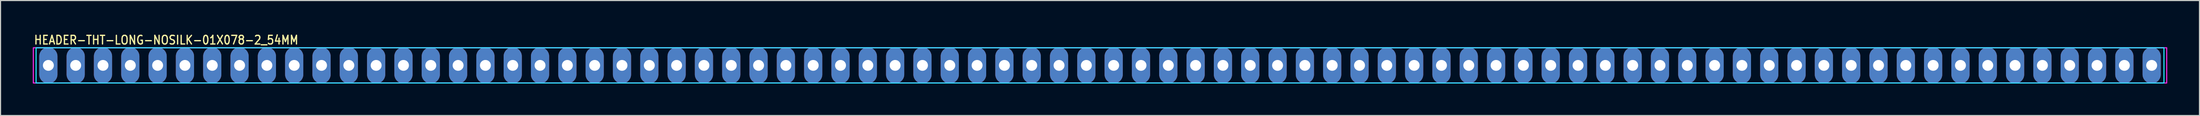
<source format=kicad_pcb>
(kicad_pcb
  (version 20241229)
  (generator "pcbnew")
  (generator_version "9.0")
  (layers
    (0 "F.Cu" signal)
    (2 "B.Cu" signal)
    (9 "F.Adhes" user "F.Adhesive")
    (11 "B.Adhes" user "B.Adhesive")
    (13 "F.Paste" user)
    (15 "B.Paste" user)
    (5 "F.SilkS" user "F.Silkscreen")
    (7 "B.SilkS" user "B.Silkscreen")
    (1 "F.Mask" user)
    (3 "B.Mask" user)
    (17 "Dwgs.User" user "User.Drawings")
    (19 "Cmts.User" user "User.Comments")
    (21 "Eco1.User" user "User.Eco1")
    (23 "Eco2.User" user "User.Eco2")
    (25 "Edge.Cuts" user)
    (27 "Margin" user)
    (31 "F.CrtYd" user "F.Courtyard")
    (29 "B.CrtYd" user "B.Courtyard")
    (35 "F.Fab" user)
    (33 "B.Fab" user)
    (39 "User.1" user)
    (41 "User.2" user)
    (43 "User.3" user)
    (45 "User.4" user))
  (footprint "HEADER-THT-LONG-NOSILK-01X078-2_54MM"
    (layer "F.Cu")
    (at 1.447 3.079)
    (property "Reference" "HEADER-THT-LONG-NOSILK-01X078-2_54MM" (at -1.4 -1.9 0) (unlocked yes) (layer "F.SilkS") (effects (font (size 0.813 0.695) (thickness 0.122)) (justify left bottom)))
    (fp_poly (pts (xy -1.143 -1.651) (xy 196.723 -1.651) (xy 196.723 1.651) (xy -1.143 1.651)) (stroke (width 0.1) (type solid)) (fill no) (layer "B.CrtYd"))
    (fp_poly (pts (xy -1.397 -1.651) (xy 196.977 -1.651) (xy 196.977 1.651) (xy -1.397 1.651)) (stroke (width 0.1) (type solid)) (fill no) (layer "F.CrtYd"))
    (pad "P$1" thru_hole oval (at 0 0 90) (size 3.387 1.693) (drill 1.016) (layers "*.Cu" "*.Mask"))
    (pad "P$2" thru_hole oval (at 2.54 0 90) (size 3.387 1.693) (drill 1.016) (layers "*.Cu" "*.Mask"))
    (pad "P$3" thru_hole oval (at 5.08 0 90) (size 3.387 1.693) (drill 1.016) (layers "*.Cu" "*.Mask"))
    (pad "P$4" thru_hole oval (at 7.62 0 90) (size 3.387 1.693) (drill 1.016) (layers "*.Cu" "*.Mask"))
    (pad "P$5" thru_hole oval (at 10.16 0 90) (size 3.387 1.693) (drill 1.016) (layers "*.Cu" "*.Mask"))
    (pad "P$6" thru_hole oval (at 12.7 0 90) (size 3.387 1.693) (drill 1.016) (layers "*.Cu" "*.Mask"))
    (pad "P$7" thru_hole oval (at 15.24 0 90) (size 3.387 1.693) (drill 1.016) (layers "*.Cu" "*.Mask"))
    (pad "P$8" thru_hole oval (at 17.78 0 90) (size 3.387 1.693) (drill 1.016) (layers "*.Cu" "*.Mask"))
    (pad "P$9" thru_hole oval (at 20.32 0 90) (size 3.387 1.693) (drill 1.016) (layers "*.Cu" "*.Mask"))
    (pad "P$10" thru_hole oval (at 22.86 0 90) (size 3.387 1.693) (drill 1.016) (layers "*.Cu" "*.Mask"))
    (pad "P$11" thru_hole oval (at 25.4 0 90) (size 3.387 1.693) (drill 1.016) (layers "*.Cu" "*.Mask"))
    (pad "P$12" thru_hole oval (at 27.94 0 90) (size 3.387 1.693) (drill 1.016) (layers "*.Cu" "*.Mask"))
    (pad "P$13" thru_hole oval (at 30.48 0 90) (size 3.387 1.693) (drill 1.016) (layers "*.Cu" "*.Mask"))
    (pad "P$14" thru_hole oval (at 33.02 0 90) (size 3.387 1.693) (drill 1.016) (layers "*.Cu" "*.Mask"))
    (pad "P$15" thru_hole oval (at 35.56 0 90) (size 3.387 1.693) (drill 1.016) (layers "*.Cu" "*.Mask"))
    (pad "P$16" thru_hole oval (at 38.1 0 90) (size 3.387 1.693) (drill 1.016) (layers "*.Cu" "*.Mask"))
    (pad "P$17" thru_hole oval (at 40.64 0 90) (size 3.387 1.693) (drill 1.016) (layers "*.Cu" "*.Mask"))
    (pad "P$18" thru_hole oval (at 43.18 0 90) (size 3.387 1.693) (drill 1.016) (layers "*.Cu" "*.Mask"))
    (pad "P$19" thru_hole oval (at 45.72 0 90) (size 3.387 1.693) (drill 1.016) (layers "*.Cu" "*.Mask"))
    (pad "P$20" thru_hole oval (at 48.26 0 90) (size 3.387 1.693) (drill 1.016) (layers "*.Cu" "*.Mask"))
    (pad "P$21" thru_hole oval (at 50.8 0 90) (size 3.387 1.693) (drill 1.016) (layers "*.Cu" "*.Mask"))
    (pad "P$22" thru_hole oval (at 53.34 0 90) (size 3.387 1.693) (drill 1.016) (layers "*.Cu" "*.Mask"))
    (pad "P$23" thru_hole oval (at 55.88 0 90) (size 3.387 1.693) (drill 1.016) (layers "*.Cu" "*.Mask"))
    (pad "P$24" thru_hole oval (at 58.42 0 90) (size 3.387 1.693) (drill 1.016) (layers "*.Cu" "*.Mask"))
    (pad "P$25" thru_hole oval (at 60.96 0 90) (size 3.387 1.693) (drill 1.016) (layers "*.Cu" "*.Mask"))
    (pad "P$26" thru_hole oval (at 63.5 0 90) (size 3.387 1.693) (drill 1.016) (layers "*.Cu" "*.Mask"))
    (pad "P$27" thru_hole oval (at 66.04 0 90) (size 3.387 1.693) (drill 1.016) (layers "*.Cu" "*.Mask"))
    (pad "P$28" thru_hole oval (at 68.58 0 90) (size 3.387 1.693) (drill 1.016) (layers "*.Cu" "*.Mask"))
    (pad "P$29" thru_hole oval (at 71.12 0 90) (size 3.387 1.693) (drill 1.016) (layers "*.Cu" "*.Mask"))
    (pad "P$30" thru_hole oval (at 73.66 0 90) (size 3.387 1.693) (drill 1.016) (layers "*.Cu" "*.Mask"))
    (pad "P$31" thru_hole oval (at 76.2 0 90) (size 3.387 1.693) (drill 1.016) (layers "*.Cu" "*.Mask"))
    (pad "P$32" thru_hole oval (at 78.74 0 90) (size 3.387 1.693) (drill 1.016) (layers "*.Cu" "*.Mask"))
    (pad "P$33" thru_hole oval (at 81.28 0 90) (size 3.387 1.693) (drill 1.016) (layers "*.Cu" "*.Mask"))
    (pad "P$34" thru_hole oval (at 83.82 0 90) (size 3.387 1.693) (drill 1.016) (layers "*.Cu" "*.Mask"))
    (pad "P$35" thru_hole oval (at 86.36 0 90) (size 3.387 1.693) (drill 1.016) (layers "*.Cu" "*.Mask"))
    (pad "P$36" thru_hole oval (at 88.9 0 90) (size 3.387 1.693) (drill 1.016) (layers "*.Cu" "*.Mask"))
    (pad "P$37" thru_hole oval (at 91.44 0 90) (size 3.387 1.693) (drill 1.016) (layers "*.Cu" "*.Mask"))
    (pad "P$38" thru_hole oval (at 93.98 0 90) (size 3.387 1.693) (drill 1.016) (layers "*.Cu" "*.Mask"))
    (pad "P$39" thru_hole oval (at 96.52 0 90) (size 3.387 1.693) (drill 1.016) (layers "*.Cu" "*.Mask"))
    (pad "P$40" thru_hole oval (at 99.06 0 90) (size 3.387 1.693) (drill 1.016) (layers "*.Cu" "*.Mask"))
    (pad "P$41" thru_hole oval (at 101.6 0 90) (size 3.387 1.693) (drill 1.016) (layers "*.Cu" "*.Mask"))
    (pad "P$42" thru_hole oval (at 104.14 0 90) (size 3.387 1.693) (drill 1.016) (layers "*.Cu" "*.Mask"))
    (pad "P$43" thru_hole oval (at 106.68 0 90) (size 3.387 1.693) (drill 1.016) (layers "*.Cu" "*.Mask"))
    (pad "P$44" thru_hole oval (at 109.22 0 90) (size 3.387 1.693) (drill 1.016) (layers "*.Cu" "*.Mask"))
    (pad "P$45" thru_hole oval (at 111.76 0 90) (size 3.387 1.693) (drill 1.016) (layers "*.Cu" "*.Mask"))
    (pad "P$46" thru_hole oval (at 114.3 0 90) (size 3.387 1.693) (drill 1.016) (layers "*.Cu" "*.Mask"))
    (pad "P$47" thru_hole oval (at 116.84 0 90) (size 3.387 1.693) (drill 1.016) (layers "*.Cu" "*.Mask"))
    (pad "P$48" thru_hole oval (at 119.38 0 90) (size 3.387 1.693) (drill 1.016) (layers "*.Cu" "*.Mask"))
    (pad "P$49" thru_hole oval (at 121.92 0 90) (size 3.387 1.693) (drill 1.016) (layers "*.Cu" "*.Mask"))
    (pad "P$50" thru_hole oval (at 124.46 0 90) (size 3.387 1.693) (drill 1.016) (layers "*.Cu" "*.Mask"))
    (pad "P$51" thru_hole oval (at 127 0 90) (size 3.387 1.693) (drill 1.016) (layers "*.Cu" "*.Mask"))
    (pad "P$52" thru_hole oval (at 129.54 0 90) (size 3.387 1.693) (drill 1.016) (layers "*.Cu" "*.Mask"))
    (pad "P$53" thru_hole oval (at 132.08 0 90) (size 3.387 1.693) (drill 1.016) (layers "*.Cu" "*.Mask"))
    (pad "P$54" thru_hole oval (at 134.62 0 90) (size 3.387 1.693) (drill 1.016) (layers "*.Cu" "*.Mask"))
    (pad "P$55" thru_hole oval (at 137.16 0 90) (size 3.387 1.693) (drill 1.016) (layers "*.Cu" "*.Mask"))
    (pad "P$56" thru_hole oval (at 139.7 0 90) (size 3.387 1.693) (drill 1.016) (layers "*.Cu" "*.Mask"))
    (pad "P$57" thru_hole oval (at 142.24 0 90) (size 3.387 1.693) (drill 1.016) (layers "*.Cu" "*.Mask"))
    (pad "P$58" thru_hole oval (at 144.78 0 90) (size 3.387 1.693) (drill 1.016) (layers "*.Cu" "*.Mask"))
    (pad "P$59" thru_hole oval (at 147.32 0 90) (size 3.387 1.693) (drill 1.016) (layers "*.Cu" "*.Mask"))
    (pad "P$60" thru_hole oval (at 149.86 0 90) (size 3.387 1.693) (drill 1.016) (layers "*.Cu" "*.Mask"))
    (pad "P$61" thru_hole oval (at 152.4 0 90) (size 3.387 1.693) (drill 1.016) (layers "*.Cu" "*.Mask"))
    (pad "P$62" thru_hole oval (at 154.94 0 90) (size 3.387 1.693) (drill 1.016) (layers "*.Cu" "*.Mask"))
    (pad "P$63" thru_hole oval (at 157.48 0 90) (size 3.387 1.693) (drill 1.016) (layers "*.Cu" "*.Mask"))
    (pad "P$64" thru_hole oval (at 160.02 0 90) (size 3.387 1.693) (drill 1.016) (layers "*.Cu" "*.Mask"))
    (pad "P$65" thru_hole oval (at 162.56 0 90) (size 3.387 1.693) (drill 1.016) (layers "*.Cu" "*.Mask"))
    (pad "P$66" thru_hole oval (at 165.1 0 90) (size 3.387 1.693) (drill 1.016) (layers "*.Cu" "*.Mask"))
    (pad "P$67" thru_hole oval (at 167.64 0 90) (size 3.387 1.693) (drill 1.016) (layers "*.Cu" "*.Mask"))
    (pad "P$68" thru_hole oval (at 170.18 0 90) (size 3.387 1.693) (drill 1.016) (layers "*.Cu" "*.Mask"))
    (pad "P$69" thru_hole oval (at 172.72 0 90) (size 3.387 1.693) (drill 1.016) (layers "*.Cu" "*.Mask"))
    (pad "P$70" thru_hole oval (at 175.26 0 90) (size 3.387 1.693) (drill 1.016) (layers "*.Cu" "*.Mask"))
    (pad "P$71" thru_hole oval (at 177.8 0 90) (size 3.387 1.693) (drill 1.016) (layers "*.Cu" "*.Mask"))
    (pad "P$72" thru_hole oval (at 180.34 0 90) (size 3.387 1.693) (drill 1.016) (layers "*.Cu" "*.Mask"))
    (pad "P$73" thru_hole oval (at 182.88 0 90) (size 3.387 1.693) (drill 1.016) (layers "*.Cu" "*.Mask"))
    (pad "P$74" thru_hole oval (at 185.42 0 90) (size 3.387 1.693) (drill 1.016) (layers "*.Cu" "*.Mask"))
    (pad "P$75" thru_hole oval (at 187.96 0 90) (size 3.387 1.693) (drill 1.016) (layers "*.Cu" "*.Mask"))
    (pad "P$76" thru_hole oval (at 190.5 0 90) (size 3.387 1.693) (drill 1.016) (layers "*.Cu" "*.Mask"))
    (pad "P$77" thru_hole oval (at 193.04 0 90) (size 3.387 1.693) (drill 1.016) (layers "*.Cu" "*.Mask"))
    (pad "P$78" thru_hole oval (at 195.58 0 90) (size 3.387 1.693) (drill 1.016) (layers "*.Cu" "*.Mask")))
  (gr_rect
    (start -3 -3)
    (end 201.474 7.78)
    (stroke (width 0.1) (type default))
    (fill no)
    (layer "Edge.Cuts")))
</source>
